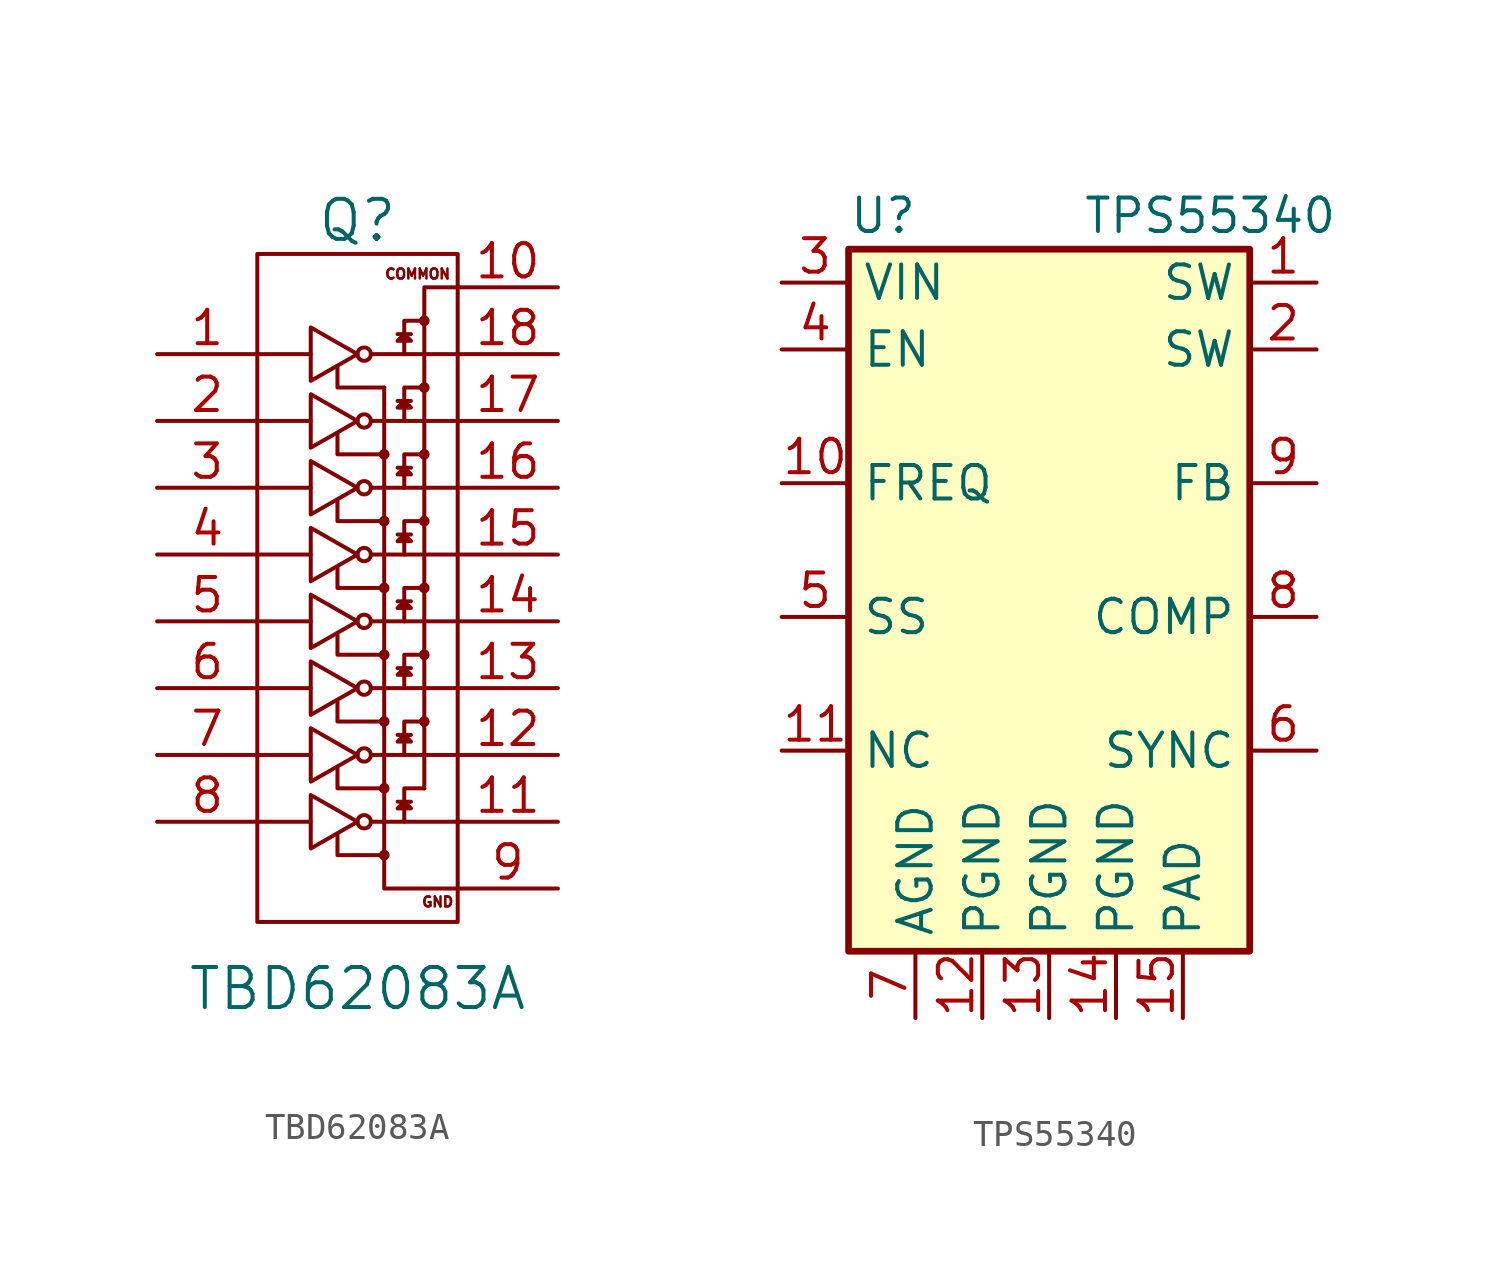
<source format=kicad_sym>
(kicad_symbol_lib
  (version 20220914)
  (generator kicad_symbol_editor)
  (symbol "TBD62083A"
    (pin_names
      (offset 1.016) hide)
    (property "Reference" "Q"
      (at 0 13.97 0)
      (effects (font (size 1.524 1.524))))
    (property "Value" "TBD62083A"
      (at 0 -15.24 0)
      (effects (font (size 1.524 1.524))))
    (property "Footprint" ""
      (at 0.508 0 0)
      (effects (font (size 1.524 1.524))))
    (property "Datasheet" ""
      (at 0.508 0 0)
      (effects (font (size 1.524 1.524))))
    (symbol "TBD62083A_0_0"
      (text "COMMON" (at 2.286 11.938 0) (effects (font (size 0.381 0.381))))
      (text "GND" (at 3.048 -11.938 0) (effects (font (size 0.381 0.381)))))
    (symbol "TBD62083A_0_1"
      (rectangle (start -3.81 12.7) (end 3.81 -12.7) (stroke (width 0) (type solid)) (fill (type none)))
      (polyline (pts (xy -3.81 -8.89) (xy -1.778 -8.89)) (stroke (width 0) (type solid)) (fill (type none)))
      (polyline (pts (xy -3.81 -6.35) (xy -1.778 -6.35)) (stroke (width 0) (type solid)) (fill (type none)))
      (polyline (pts (xy -3.81 -3.81) (xy -1.778 -3.81)) (stroke (width 0) (type solid)) (fill (type none)))
      (polyline (pts (xy -3.81 -1.27) (xy -1.778 -1.27)) (stroke (width 0) (type solid)) (fill (type none)))
      (polyline (pts (xy -3.81 1.27) (xy -1.778 1.27)) (stroke (width 0) (type solid)) (fill (type none)))
      (polyline (pts (xy -3.81 3.81) (xy -1.778 3.81)) (stroke (width 0) (type solid)) (fill (type none)))
      (polyline (pts (xy -3.81 6.35) (xy -1.778 6.35)) (stroke (width 0) (type solid)) (fill (type none)))
      (polyline (pts (xy -3.81 8.89) (xy -1.778 8.89)) (stroke (width 0) (type solid)) (fill (type none)))
      (polyline (pts (xy 0.508 -8.89) (xy 3.81 -8.89)) (stroke (width 0) (type solid)) (fill (type none)))
      (polyline (pts (xy 0.508 -6.35) (xy 3.81 -6.35)) (stroke (width 0) (type solid)) (fill (type none)))
      (polyline (pts (xy 0.508 -3.81) (xy 3.81 -3.81)) (stroke (width 0) (type solid)) (fill (type none)))
      (polyline (pts (xy 0.508 -1.27) (xy 3.81 -1.27)) (stroke (width 0) (type solid)) (fill (type none)))
      (polyline (pts (xy 0.508 1.27) (xy 3.81 1.27)) (stroke (width 0) (type solid)) (fill (type none)))
      (polyline (pts (xy 0.508 3.81) (xy 3.81 3.81)) (stroke (width 0) (type solid)) (fill (type none)))
      (polyline (pts (xy 0.508 6.35) (xy 3.81 6.35)) (stroke (width 0) (type solid)) (fill (type none)))
      (polyline (pts (xy 0.508 8.89) (xy 3.81 8.89)) (stroke (width 0) (type solid)) (fill (type none)))
      (polyline (pts (xy 1.016 7.62) (xy 1.016 -10.16)) (stroke (width 0) (type solid)) (fill (type none)))
      (polyline (pts (xy 1.524 -8.128) (xy 2.032 -8.128)) (stroke (width 0) (type solid)) (fill (type none)))
      (polyline (pts (xy 1.524 -5.588) (xy 2.032 -5.588)) (stroke (width 0) (type solid)) (fill (type none)))
      (polyline (pts (xy 1.524 -3.048) (xy 2.032 -3.048)) (stroke (width 0) (type solid)) (fill (type none)))
      (polyline (pts (xy 1.524 -0.508) (xy 1.778 -0.508)) (stroke (width 0) (type solid)) (fill (type none)))
      (polyline (pts (xy 1.524 2.032) (xy 2.032 2.032)) (stroke (width 0) (type solid)) (fill (type none)))
      (polyline (pts (xy 1.524 4.572) (xy 2.032 4.572)) (stroke (width 0) (type solid)) (fill (type none)))
      (polyline (pts (xy 1.524 7.112) (xy 2.032 7.112)) (stroke (width 0) (type solid)) (fill (type none)))
      (polyline (pts (xy 1.524 9.652) (xy 2.032 9.652)) (stroke (width 0) (type solid)) (fill (type none)))
      (polyline (pts (xy 2.032 -0.508) (xy 1.778 -0.508)) (stroke (width 0) (type solid)) (fill (type none)))
      (polyline (pts (xy -0.762 -9.398) (xy -0.762 -10.16) (xy 1.016 -10.16)) (stroke (width 0) (type solid)) (fill (type none)))
      (polyline (pts (xy -0.762 -6.858) (xy -0.762 -7.62) (xy 1.016 -7.62)) (stroke (width 0) (type solid)) (fill (type none)))
      (polyline (pts (xy -0.762 -4.318) (xy -0.762 -5.08) (xy 1.016 -5.08)) (stroke (width 0) (type solid)) (fill (type none)))
      (polyline (pts (xy -0.762 -1.778) (xy -0.762 -2.54) (xy 1.016 -2.54)) (stroke (width 0) (type solid)) (fill (type none)))
      (polyline (pts (xy -0.762 0.762) (xy -0.762 0) (xy 1.016 0)) (stroke (width 0) (type solid)) (fill (type none)))
      (polyline (pts (xy -0.762 3.302) (xy -0.762 2.54) (xy 1.016 2.54)) (stroke (width 0) (type solid)) (fill (type none)))
      (polyline (pts (xy -0.762 5.842) (xy -0.762 5.08) (xy 1.016 5.08)) (stroke (width 0) (type solid)) (fill (type none)))
      (polyline (pts (xy -0.762 8.382) (xy -0.762 7.62) (xy 1.016 7.62)) (stroke (width 0) (type solid)) (fill (type none)))
      (polyline (pts (xy 1.016 -10.16) (xy 1.016 -11.43) (xy 3.81 -11.43)) (stroke (width 0) (type solid)) (fill (type none)))
      (polyline (pts (xy 1.778 -8.89) (xy 1.778 -7.62) (xy 2.54 -7.62)) (stroke (width 0) (type solid)) (fill (type none)))
      (polyline (pts (xy 1.778 -6.35) (xy 1.778 -5.08) (xy 2.54 -5.08)) (stroke (width 0) (type solid)) (fill (type none)))
      (polyline (pts (xy 1.778 -3.81) (xy 1.778 -2.54) (xy 2.54 -2.54)) (stroke (width 0) (type solid)) (fill (type none)))
      (polyline (pts (xy 1.778 -1.27) (xy 1.778 0) (xy 2.54 0)) (stroke (width 0) (type solid)) (fill (type none)))
      (polyline (pts (xy 1.778 1.27) (xy 1.778 2.54) (xy 2.54 2.54)) (stroke (width 0) (type solid)) (fill (type none)))
      (polyline (pts (xy 1.778 3.81) (xy 1.778 5.08) (xy 2.54 5.08)) (stroke (width 0) (type solid)) (fill (type none)))
      (polyline (pts (xy 1.778 6.35) (xy 1.778 7.62) (xy 2.54 7.62)) (stroke (width 0) (type solid)) (fill (type none)))
      (polyline (pts (xy 1.778 8.89) (xy 1.778 10.16) (xy 2.54 10.16)) (stroke (width 0) (type solid)) (fill (type none)))
      (polyline (pts (xy 3.81 11.43) (xy 2.54 11.43) (xy 2.54 -7.62)) (stroke (width 0) (type solid)) (fill (type none)))
      (polyline (pts (xy -1.778 -7.874) (xy -1.778 -9.906) (xy 0 -8.89) (xy -1.778 -7.874)) (stroke (width 0) (type solid)) (fill (type none)))
      (polyline (pts (xy -1.778 -5.334) (xy -1.778 -7.366) (xy 0 -6.35) (xy -1.778 -5.334)) (stroke (width 0) (type solid)) (fill (type none)))
      (polyline (pts (xy -1.778 -2.794) (xy -1.778 -4.826) (xy 0 -3.81) (xy -1.778 -2.794)) (stroke (width 0) (type solid)) (fill (type none)))
      (polyline (pts (xy -1.778 -0.254) (xy -1.778 -2.286) (xy 0 -1.27) (xy -1.778 -0.254)) (stroke (width 0) (type solid)) (fill (type none)))
      (polyline (pts (xy -1.778 2.286) (xy -1.778 0.254) (xy 0 1.27) (xy -1.778 2.286)) (stroke (width 0) (type solid)) (fill (type none)))
      (polyline (pts (xy -1.778 4.826) (xy -1.778 2.794) (xy 0 3.81) (xy -1.778 4.826)) (stroke (width 0) (type solid)) (fill (type none)))
      (polyline (pts (xy -1.778 7.366) (xy -1.778 5.334) (xy 0 6.35) (xy -1.778 7.366)) (stroke (width 0) (type solid)) (fill (type none)))
      (polyline (pts (xy -1.778 9.906) (xy -1.778 7.874) (xy 0 8.89) (xy -1.778 9.906)) (stroke (width 0) (type solid)) (fill (type none)))
      (polyline (pts (xy 1.524 -5.842) (xy 2.032 -5.842) (xy 1.778 -5.588) (xy 1.524 -5.842)) (stroke (width 0) (type solid)) (fill (type none)))
      (polyline (pts (xy 1.778 -8.128) (xy 1.524 -8.382) (xy 2.032 -8.382) (xy 1.778 -8.128)) (stroke (width 0) (type solid)) (fill (type none)))
      (polyline (pts (xy 1.778 -3.048) (xy 1.524 -3.302) (xy 2.032 -3.302) (xy 1.778 -3.048)) (stroke (width 0) (type solid)) (fill (type none)))
      (polyline (pts (xy 1.778 -0.508) (xy 1.524 -0.762) (xy 2.032 -0.762) (xy 1.778 -0.508)) (stroke (width 0) (type solid)) (fill (type none)))
      (polyline (pts (xy 1.778 2.032) (xy 1.524 1.778) (xy 2.032 1.778) (xy 1.778 2.032)) (stroke (width 0) (type solid)) (fill (type none)))
      (polyline (pts (xy 1.778 4.572) (xy 1.524 4.318) (xy 2.032 4.318) (xy 1.778 4.572)) (stroke (width 0) (type solid)) (fill (type none)))
      (polyline (pts (xy 1.778 7.112) (xy 1.524 6.858) (xy 2.032 6.858) (xy 1.778 7.112)) (stroke (width 0) (type solid)) (fill (type none)))
      (polyline (pts (xy 1.778 9.652) (xy 1.524 9.398) (xy 2.032 9.398) (xy 1.778 9.652)) (stroke (width 0) (type solid)) (fill (type none)))
      (circle (center 0.254 -8.89) (radius 0.254) (stroke (width 0) (type solid)) (fill (type none)))
      (circle (center 0.254 -6.35) (radius 0.254) (stroke (width 0) (type solid)) (fill (type none)))
      (circle (center 0.254 -3.81) (radius 0.254) (stroke (width 0) (type solid)) (fill (type none)))
      (circle (center 0.254 -1.27) (radius 0.254) (stroke (width 0) (type solid)) (fill (type none)))
      (circle (center 0.254 1.27) (radius 0.254) (stroke (width 0) (type solid)) (fill (type none)))
      (circle (center 0.254 3.81) (radius 0.254) (stroke (width 0) (type solid)) (fill (type none)))
      (circle (center 0.254 6.35) (radius 0.254) (stroke (width 0) (type solid)) (fill (type none)))
      (circle (center 0.254 8.89) (radius 0.254) (stroke (width 0) (type solid)) (fill (type none)))
      (circle (center 1.016 -10.16) (radius 0.127) (stroke (width 0) (type solid)) (fill (type none)))
      (circle (center 1.016 -7.62) (radius 0.127) (stroke (width 0) (type solid)) (fill (type none)))
      (circle (center 1.016 -5.08) (radius 0.127) (stroke (width 0) (type solid)) (fill (type none)))
      (circle (center 1.016 -2.54) (radius 0.127) (stroke (width 0) (type solid)) (fill (type none)))
      (circle (center 1.016 0) (radius 0.127) (stroke (width 0) (type solid)) (fill (type none)))
      (circle (center 1.016 2.54) (radius 0.127) (stroke (width 0) (type solid)) (fill (type none)))
      (circle (center 1.016 5.08) (radius 0.127) (stroke (width 0) (type solid)) (fill (type none)))
      (circle (center 2.54 -5.08) (radius 0.127) (stroke (width 0) (type solid)) (fill (type none)))
      (circle (center 2.54 -2.54) (radius 0.127) (stroke (width 0) (type solid)) (fill (type none)))
      (circle (center 2.54 0) (radius 0.127) (stroke (width 0) (type solid)) (fill (type none)))
      (circle (center 2.54 2.54) (radius 0.127) (stroke (width 0) (type solid)) (fill (type none)))
      (circle (center 2.54 5.08) (radius 0.127) (stroke (width 0) (type solid)) (fill (type none)))
      (circle (center 2.54 7.62) (radius 0.127) (stroke (width 0) (type solid)) (fill (type none)))
      (circle (center 2.54 10.16) (radius 0.127) (stroke (width 0) (type solid)) (fill (type none))))
    (symbol "TBD62083A_1_1"
      (pin input line (at -7.62 8.89 0) (length 3.81) (name "I1" (effects (font (size 1.27 1.27)))) (number "1" (effects (font (size 1.27 1.27)))))
      (pin power_in line (at 7.62 11.43 180) (length 3.81) (name "COMMON" (effects (font (size 1.27 1.27)))) (number "10" (effects (font (size 1.27 1.27)))))
      (pin open_collector line (at 7.62 -8.89 180) (length 3.81) (name "O8" (effects (font (size 1.27 1.27)))) (number "11" (effects (font (size 1.27 1.27)))))
      (pin open_collector line (at 7.62 -6.35 180) (length 3.81) (name "O7" (effects (font (size 1.27 1.27)))) (number "12" (effects (font (size 1.27 1.27)))))
      (pin open_collector line (at 7.62 -3.81 180) (length 3.81) (name "O6" (effects (font (size 1.27 1.27)))) (number "13" (effects (font (size 1.27 1.27)))))
      (pin open_collector line (at 7.62 -1.27 180) (length 3.81) (name "O5" (effects (font (size 1.27 1.27)))) (number "14" (effects (font (size 1.27 1.27)))))
      (pin open_collector line (at 7.62 1.27 180) (length 3.81) (name "O4" (effects (font (size 1.27 1.27)))) (number "15" (effects (font (size 1.27 1.27)))))
      (pin open_collector line (at 7.62 3.81 180) (length 3.81) (name "O3" (effects (font (size 1.27 1.27)))) (number "16" (effects (font (size 1.27 1.27)))))
      (pin open_collector line (at 7.62 6.35 180) (length 3.81) (name "O2" (effects (font (size 1.27 1.27)))) (number "17" (effects (font (size 1.27 1.27)))))
      (pin open_collector line (at 7.62 8.89 180) (length 3.81) (name "O8" (effects (font (size 1.27 1.27)))) (number "18" (effects (font (size 1.27 1.27)))))
      (pin input line (at -7.62 6.35 0) (length 3.81) (name "I2" (effects (font (size 1.27 1.27)))) (number "2" (effects (font (size 1.27 1.27)))))
      (pin input line (at -7.62 3.81 0) (length 3.81) (name "I3" (effects (font (size 1.27 1.27)))) (number "3" (effects (font (size 1.27 1.27)))))
      (pin input line (at -7.62 1.27 0) (length 3.81) (name "I4" (effects (font (size 1.27 1.27)))) (number "4" (effects (font (size 1.27 1.27)))))
      (pin input line (at -7.62 -1.27 0) (length 3.81) (name "I5" (effects (font (size 1.27 1.27)))) (number "5" (effects (font (size 1.27 1.27)))))
      (pin input line (at -7.62 -3.81 0) (length 3.81) (name "I6" (effects (font (size 1.27 1.27)))) (number "6" (effects (font (size 1.27 1.27)))))
      (pin input line (at -7.62 -6.35 0) (length 3.81) (name "I7" (effects (font (size 1.27 1.27)))) (number "7" (effects (font (size 1.27 1.27)))))
      (pin input line (at -7.62 -8.89 0) (length 3.81) (name "I8" (effects (font (size 1.27 1.27)))) (number "8" (effects (font (size 1.27 1.27)))))
      (pin power_in line (at 7.62 -11.43 180) (length 3.81) (name "GND" (effects (font (size 1.27 1.27)))) (number "9" (effects (font (size 1.27 1.27)))))))
  (symbol "TPS55340"
    (property "Reference" "U"
      (at -7.62 15.24 0)
      (effects (font (size 1.27 1.27)) (justify left)))
    (property "Value" "TPS55340"
      (at 1.27 15.24 0)
      (effects (font (size 1.27 1.27)) (justify left)))
    (symbol "TPS55340_0_0"
      (pin passive line (at 10.16 12.7 180) (length 2.54) (name "SW" (effects (font (size 1.27 1.27)))) (number "1" (effects (font (size 1.27 1.27)))))
      (pin passive line (at -10.16 5.08 0) (length 2.54) (name "FREQ" (effects (font (size 1.27 1.27)))) (number "10" (effects (font (size 1.27 1.27)))))
      (pin passive line (at -10.16 -5.08 0) (length 2.54) (name "NC" (effects (font (size 1.27 1.27)))) (number "11" (effects (font (size 1.27 1.27)))))
      (pin power_in line (at -2.54 -15.24 90) (length 2.54) (name "PGND" (effects (font (size 1.27 1.27)))) (number "12" (effects (font (size 1.27 1.27)))))
      (pin power_in line (at 0 -15.24 90) (length 2.54) (name "PGND" (effects (font (size 1.27 1.27)))) (number "13" (effects (font (size 1.27 1.27)))))
      (pin power_in line (at 2.54 -15.24 90) (length 2.54) (name "PGND" (effects (font (size 1.27 1.27)))) (number "14" (effects (font (size 1.27 1.27)))))
      (pin power_in line (at 5.08 -15.24 90) (length 2.54) (name "PAD" (effects (font (size 1.27 1.27)))) (number "15" (effects (font (size 1.27 1.27)))))
      (pin passive line (at 10.16 10.16 180) (length 2.54) (name "SW" (effects (font (size 1.27 1.27)))) (number "2" (effects (font (size 1.27 1.27)))))
      (pin power_in line (at -10.16 12.7 0) (length 2.54) (name "VIN" (effects (font (size 1.27 1.27)))) (number "3" (effects (font (size 1.27 1.27)))))
      (pin input line (at -10.16 10.16 0) (length 2.54) (name "EN" (effects (font (size 1.27 1.27)))) (number "4" (effects (font (size 1.27 1.27)))))
      (pin passive line (at -10.16 0 0) (length 2.54) (name "SS" (effects (font (size 1.27 1.27)))) (number "5" (effects (font (size 1.27 1.27)))))
      (pin passive line (at 10.16 -5.08 180) (length 2.54) (name "SYNC" (effects (font (size 1.27 1.27)))) (number "6" (effects (font (size 1.27 1.27)))))
      (pin power_in line (at -5.08 -15.24 90) (length 2.54) (name "AGND" (effects (font (size 1.27 1.27)))) (number "7" (effects (font (size 1.27 1.27)))))
      (pin passive line (at 10.16 0 180) (length 2.54) (name "COMP" (effects (font (size 1.27 1.27)))) (number "8" (effects (font (size 1.27 1.27)))))
      (pin input line (at 10.16 5.08 180) (length 2.54) (name "FB" (effects (font (size 1.27 1.27)))) (number "9" (effects (font (size 1.27 1.27))))))
    (symbol "TPS55340_0_1"
      (rectangle (start -7.62 13.97) (end 7.62 -12.7) (stroke (width 0.254) (type solid)) (fill (type background))))))
</source>
